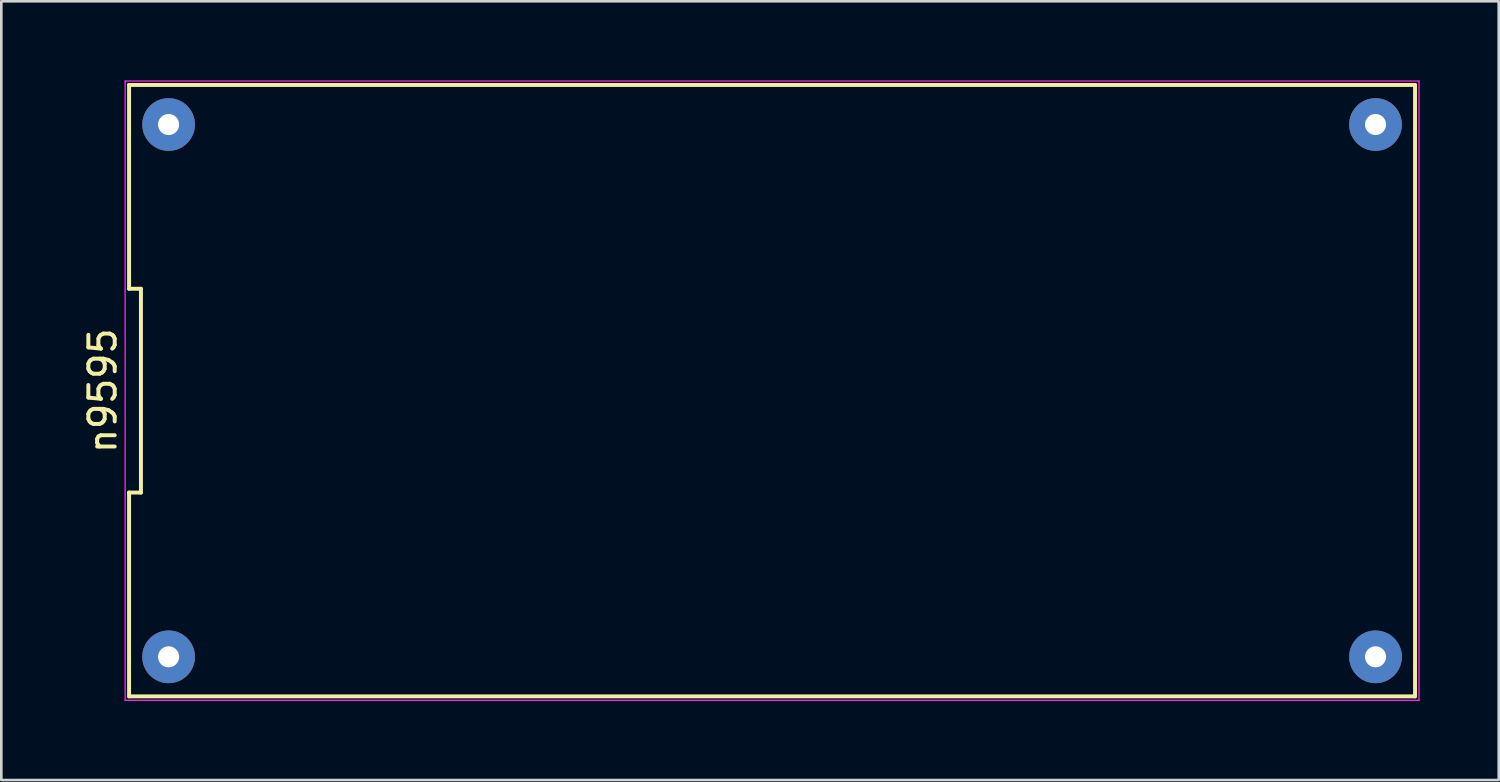
<source format=kicad_pcb>
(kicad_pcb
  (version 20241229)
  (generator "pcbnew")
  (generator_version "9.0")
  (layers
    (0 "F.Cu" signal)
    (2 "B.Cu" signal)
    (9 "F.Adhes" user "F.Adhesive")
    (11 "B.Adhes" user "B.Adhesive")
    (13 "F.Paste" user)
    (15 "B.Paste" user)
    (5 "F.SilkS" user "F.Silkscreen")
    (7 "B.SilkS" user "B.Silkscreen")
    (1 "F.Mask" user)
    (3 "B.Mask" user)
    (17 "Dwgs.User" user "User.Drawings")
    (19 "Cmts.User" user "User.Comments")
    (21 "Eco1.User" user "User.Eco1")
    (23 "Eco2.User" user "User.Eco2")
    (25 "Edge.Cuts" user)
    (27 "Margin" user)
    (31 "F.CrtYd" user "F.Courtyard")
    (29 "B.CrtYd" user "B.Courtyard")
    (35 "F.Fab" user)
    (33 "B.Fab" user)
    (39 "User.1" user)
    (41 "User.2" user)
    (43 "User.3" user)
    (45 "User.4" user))
  (footprint "n9595"
    (layer "F.Cu")
    (at 26.248 11.775)
    (property "Reference" "n9595" (at -25.4 0 90) (layer "F.SilkS") (effects (font (size 1 1) (thickness 0.15))))
    (attr through_hole)
    (fp_line (start -24.4 -11.6) (end -24.4 -3.867) (stroke (width 0.15) (type solid)) (layer "F.SilkS"))
    (fp_line (start -24.4 -3.867) (end -23.95 -3.867) (stroke (width 0.15) (type solid)) (layer "F.SilkS"))
    (fp_line (start -24.4 3.867) (end -24.4 11.6) (stroke (width 0.15) (type solid)) (layer "F.SilkS"))
    (fp_line (start -24.4 11.6) (end 24.4 11.6) (stroke (width 0.15) (type solid)) (layer "F.SilkS"))
    (fp_line (start -23.95 -3.867) (end -23.95 3.867) (stroke (width 0.15) (type solid)) (layer "F.SilkS"))
    (fp_line (start -23.95 3.867) (end -24.4 3.867) (stroke (width 0.15) (type solid)) (layer "F.SilkS"))
    (fp_line (start 24.4 -11.6) (end -24.4 -11.6) (stroke (width 0.15) (type solid)) (layer "F.SilkS"))
    (fp_line (start 24.4 11.6) (end 24.4 -11.6) (stroke (width 0.15) (type solid)) (layer "F.SilkS"))
    (fp_line (start -24.55 -11.75) (end 24.55 -11.75) (stroke (width 0.05) (type solid)) (layer "F.CrtYd"))
    (fp_line (start -24.55 11.75) (end -24.55 -11.75) (stroke (width 0.05) (type solid)) (layer "F.CrtYd"))
    (fp_line (start 24.55 -11.75) (end 24.55 11.75) (stroke (width 0.05) (type solid)) (layer "F.CrtYd"))
    (fp_line (start 24.55 11.75) (end -24.55 11.75) (stroke (width 0.05) (type solid)) (layer "F.CrtYd"))
    (pad "1" thru_hole circle (at -22.9 -10.1) (size 2 2) (drill 0.8) (layers "*.Cu" "*.Mask"))
    (pad "2" thru_hole circle (at -22.9 10.1) (size 2 2) (drill 0.8) (layers "*.Cu" "*.Mask"))
    (pad "3" thru_hole circle (at 22.9 10.1) (size 2 2) (drill 0.8) (layers "*.Cu" "*.Mask"))
    (pad "4" thru_hole circle (at 22.9 -10.1) (size 2 2) (drill 0.8) (layers "*.Cu" "*.Mask")))
  (gr_rect
    (start -3 -3)
    (end 53.823 26.55)
    (stroke (width 0.1) (type default))
    (fill no)
    (layer "Edge.Cuts")))
</source>
